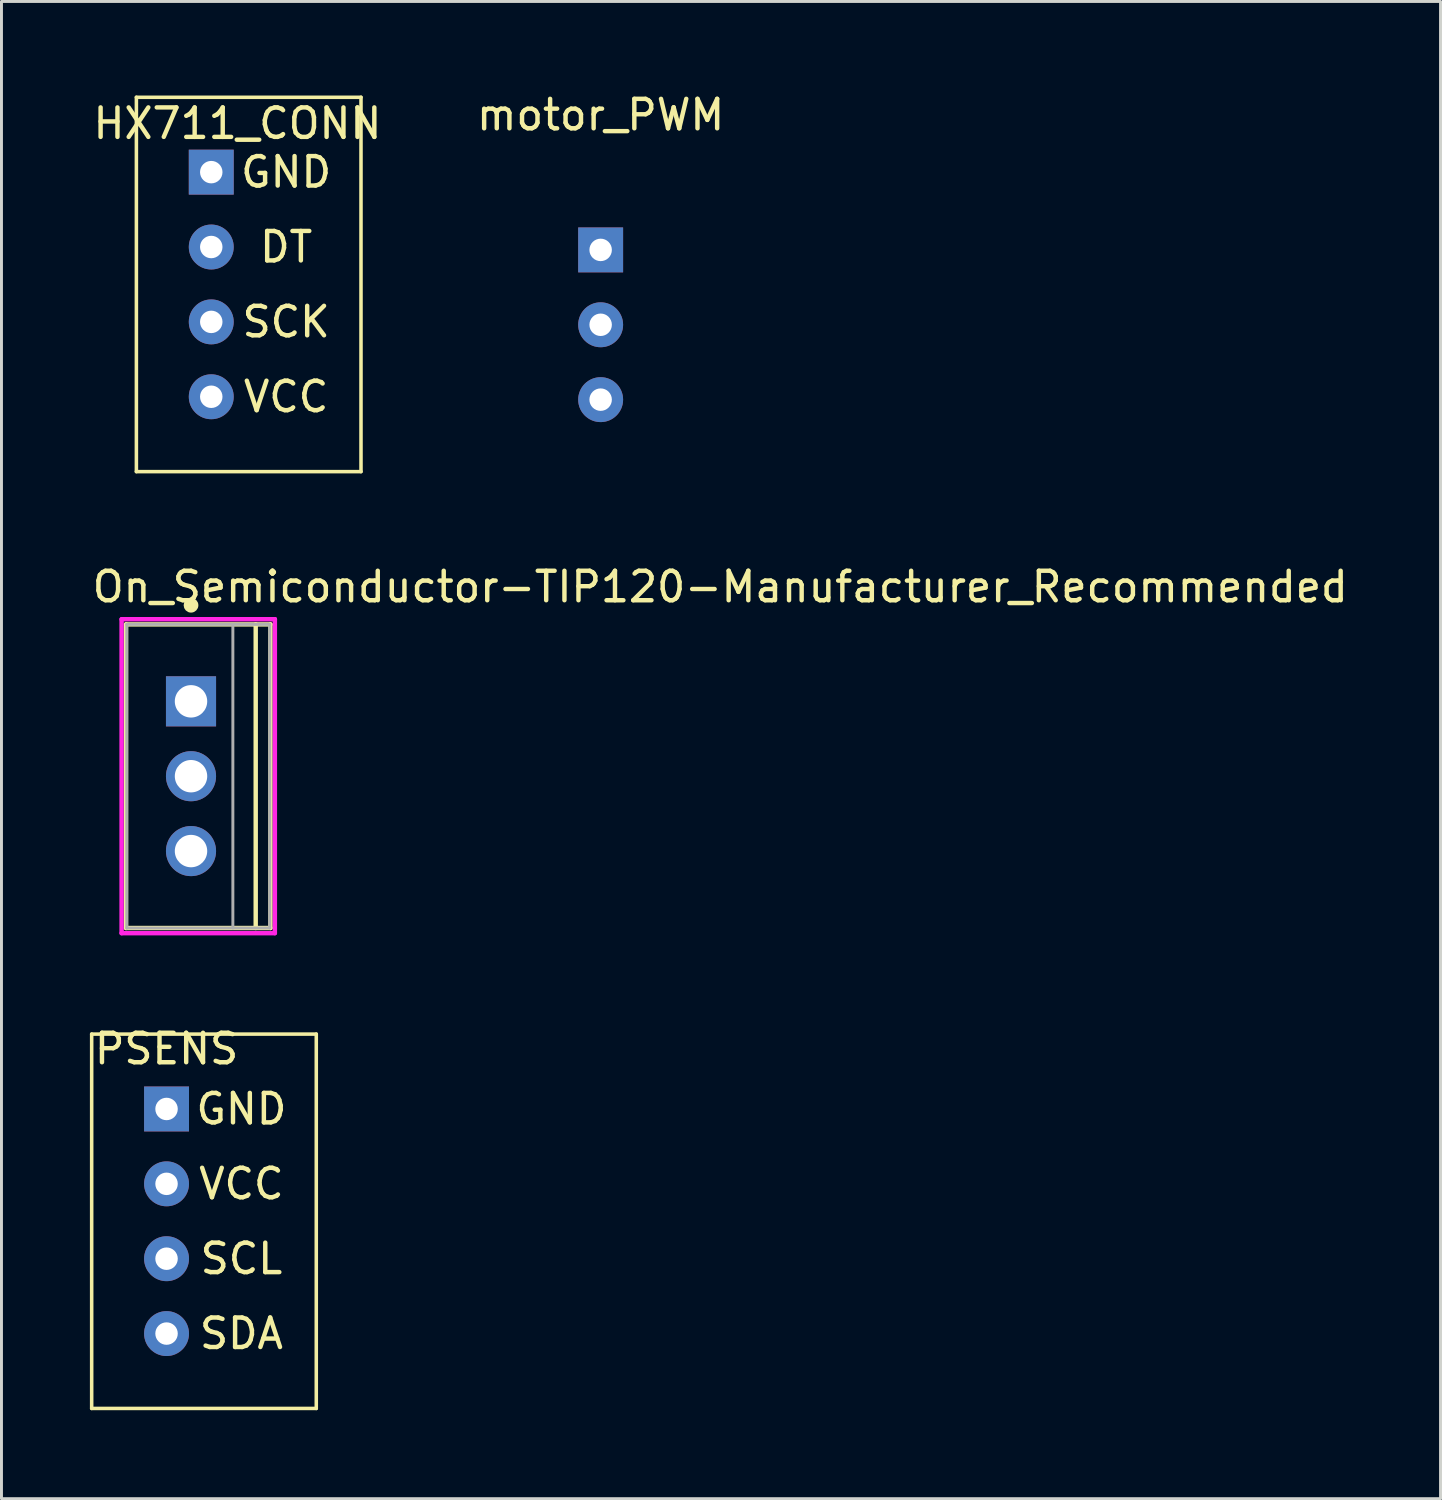
<source format=kicad_pcb>
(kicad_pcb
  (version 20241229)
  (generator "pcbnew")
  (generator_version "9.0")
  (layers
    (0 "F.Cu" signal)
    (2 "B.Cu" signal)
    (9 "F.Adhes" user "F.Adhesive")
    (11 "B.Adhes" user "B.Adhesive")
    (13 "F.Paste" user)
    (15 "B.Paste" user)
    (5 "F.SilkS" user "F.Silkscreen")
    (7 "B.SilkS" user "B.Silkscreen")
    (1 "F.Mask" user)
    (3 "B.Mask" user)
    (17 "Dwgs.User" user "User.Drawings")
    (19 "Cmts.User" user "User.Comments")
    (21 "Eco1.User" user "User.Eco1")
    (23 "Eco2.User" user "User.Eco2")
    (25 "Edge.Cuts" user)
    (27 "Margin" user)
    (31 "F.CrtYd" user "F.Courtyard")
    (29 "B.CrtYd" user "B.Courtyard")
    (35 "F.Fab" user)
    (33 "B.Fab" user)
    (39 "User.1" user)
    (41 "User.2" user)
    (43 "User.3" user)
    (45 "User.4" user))
  (footprint "HX711_CONN"
    (layer "F.Cu")
    (at 4.117 0.25)
    (property "Reference" "HX711_CONN" (at 0.889 0.889 0) (layer "F.SilkS") (effects (font (size 1 1) (thickness 0.15))))
    (attr through_hole)
    (fp_line (start -2.54 0) (end 5.08 0) (stroke (width 0.12) (type solid)) (layer "F.SilkS"))
    (fp_line (start -2.54 12.7) (end -2.54 0) (stroke (width 0.12) (type solid)) (layer "F.SilkS"))
    (fp_line (start 5.08 0) (end 5.08 12.7) (stroke (width 0.12) (type solid)) (layer "F.SilkS"))
    (fp_line (start 5.08 12.7) (end -2.54 12.7) (stroke (width 0.12) (type solid)) (layer "F.SilkS"))
    (fp_text user "DT" (at 2.54 5.08 0) (layer "F.SilkS") (effects (font (size 1 1) (thickness 0.15))))
    (fp_text user "VCC" (at 2.54 10.16 0) (layer "F.SilkS") (effects (font (size 1 1) (thickness 0.15))))
    (fp_text user "GND" (at 2.54 2.54 0) (layer "F.SilkS") (effects (font (size 1 1) (thickness 0.15))))
    (fp_text user "SCK" (at 2.54 7.62 0) (layer "F.SilkS") (effects (font (size 1 1) (thickness 0.15))))
    (pad "1" thru_hole rect (at 0 2.54) (size 1.524 1.524) (drill 0.762) (layers "*.Cu" "*.Mask"))
    (pad "2" thru_hole circle (at 0 5.08) (size 1.524 1.524) (drill 0.762) (layers "*.Cu" "*.Mask"))
    (pad "3" thru_hole circle (at 0 7.62) (size 1.524 1.524) (drill 0.762) (layers "*.Cu" "*.Mask"))
    (pad "4" thru_hole circle (at 0 10.16) (size 1.524 1.524) (drill 0.762) (layers "*.Cu" "*.Mask")))
  (footprint "PSENS"
    (layer "F.Cu")
    (at 2.6 32.032)
    (property "Reference" "PSENS" (at 0 0.5 0) (layer "F.SilkS") (effects (font (size 1 1) (thickness 0.15))))
    (attr through_hole)
    (fp_line (start -2.54 0) (end 5.08 0) (stroke (width 0.12) (type solid)) (layer "F.SilkS"))
    (fp_line (start -2.54 12.7) (end -2.54 0) (stroke (width 0.12) (type solid)) (layer "F.SilkS"))
    (fp_line (start 5.08 0) (end 5.08 12.7) (stroke (width 0.12) (type solid)) (layer "F.SilkS"))
    (fp_line (start 5.08 12.7) (end -2.54 12.7) (stroke (width 0.12) (type solid)) (layer "F.SilkS"))
    (fp_text user "GND" (at 2.54 2.54 0) (layer "F.SilkS") (effects (font (size 1 1) (thickness 0.15))))
    (fp_text user "SDA" (at 2.54 10.16 0) (layer "F.SilkS") (effects (font (size 1 1) (thickness 0.15))))
    (fp_text user "SCL" (at 2.54 7.62 0) (layer "F.SilkS") (effects (font (size 1 1) (thickness 0.15))))
    (fp_text user "VCC" (at 2.54 5.08 0) (layer "F.SilkS") (effects (font (size 1 1) (thickness 0.15))))
    (pad "1" thru_hole rect (at 0 2.54) (size 1.524 1.524) (drill 0.762) (layers "*.Cu" "*.Mask"))
    (pad "2" thru_hole circle (at 0 5.08) (size 1.524 1.524) (drill 0.762) (layers "*.Cu" "*.Mask"))
    (pad "3" thru_hole circle (at 0 7.62) (size 1.524 1.524) (drill 0.762) (layers "*.Cu" "*.Mask"))
    (pad "4" thru_hole circle (at 0 10.16) (size 1.524 1.524) (drill 0.762) (layers "*.Cu" "*.Mask")))
  (footprint "motor_PWM"
    (layer "F.Cu")
    (at 17.327 0.348)
    (property "Reference" "motor_PWM" (at 0 0.5 0) (layer "F.SilkS") (effects (font (size 1 1) (thickness 0.15))))
    (attr through_hole)
    (pad "1" thru_hole rect (at 0 5.08) (size 1.524 1.524) (drill 0.762) (layers "*.Cu" "*.Mask"))
    (pad "2" thru_hole circle (at 0 7.62) (size 1.524 1.524) (drill 0.762) (layers "*.Cu" "*.Mask"))
    (pad "3" thru_hole circle (at 0 10.16) (size 1.524 1.524) (drill 0.762) (layers "*.Cu" "*.Mask")))
  (footprint "On_Semiconductor-TIP120-Manufacturer_Recommended"
    (layer "F.Cu")
    (at 3.43 23.283)
    (property "Reference" "On_Semiconductor-TIP120-Manufacturer_Recommended" (at -3.43 -6.425 0) (layer "F.SilkS") (effects (font (size 1 1) (thickness 0.15)) (justify left)))
    (attr through_hole)
    (fp_line (start -2.205 -5.15) (end 2.695 -5.15) (stroke (width 0.15) (type solid)) (layer "F.SilkS"))
    (fp_line (start -2.205 5.15) (end -2.205 -5.15) (stroke (width 0.15) (type solid)) (layer "F.SilkS"))
    (fp_line (start -2.205 5.15) (end 2.695 5.15) (stroke (width 0.15) (type solid)) (layer "F.SilkS"))
    (fp_line (start 2.195 5.15) (end 2.195 -5.15) (stroke (width 0.15) (type solid)) (layer "F.SilkS"))
    (fp_line (start 2.695 5.15) (end 2.695 -5.15) (stroke (width 0.15) (type solid)) (layer "F.SilkS"))
    (fp_circle (center 0 -5.8) (end 0.125 -5.8) (stroke (width 0.25) (type solid)) (fill no) (layer "F.SilkS"))
    (fp_line (start -2.355 -5.325) (end -2.355 5.325) (stroke (width 0.15) (type solid)) (layer "F.CrtYd"))
    (fp_line (start -2.355 5.325) (end 2.845 5.325) (stroke (width 0.15) (type solid)) (layer "F.CrtYd"))
    (fp_line (start 2.845 -5.325) (end -2.355 -5.325) (stroke (width 0.15) (type solid)) (layer "F.CrtYd"))
    (fp_line (start 2.845 -5.325) (end 2.845 -5.325) (stroke (width 0.15) (type solid)) (layer "F.CrtYd"))
    (fp_line (start 2.845 5.325) (end 2.845 -5.325) (stroke (width 0.15) (type solid)) (layer "F.CrtYd"))
    (fp_line (start -2.18 -5.15) (end 2.67 -5.15) (stroke (width 0.1) (type solid)) (layer "F.Fab"))
    (fp_line (start -2.18 5.15) (end -2.18 -5.15) (stroke (width 0.1) (type solid)) (layer "F.Fab"))
    (fp_line (start -2.18 5.15) (end 2.67 5.15) (stroke (width 0.1) (type solid)) (layer "F.Fab"))
    (fp_line (start 1.42 5.15) (end 1.42 -5.15) (stroke (width 0.1) (type solid)) (layer "F.Fab"))
    (fp_line (start 2.67 5.15) (end 2.67 -5.15) (stroke (width 0.1) (type solid)) (layer "F.Fab"))
    (pad "1" thru_hole rect (at 0 -2.54) (size 1.7 1.7) (drill 1.1) (layers "*.Cu"))
    (pad "2" thru_hole circle (at 0 0) (size 1.7 1.7) (drill 1.1) (layers "*.Cu"))
    (pad "3" thru_hole circle (at 0 2.54) (size 1.7 1.7) (drill 1.1) (layers "*.Cu")))
  (gr_rect
    (start -3 -3)
    (end 45.821 47.792)
    (stroke (width 0.1) (type default))
    (fill no)
    (layer "Edge.Cuts")))
</source>
